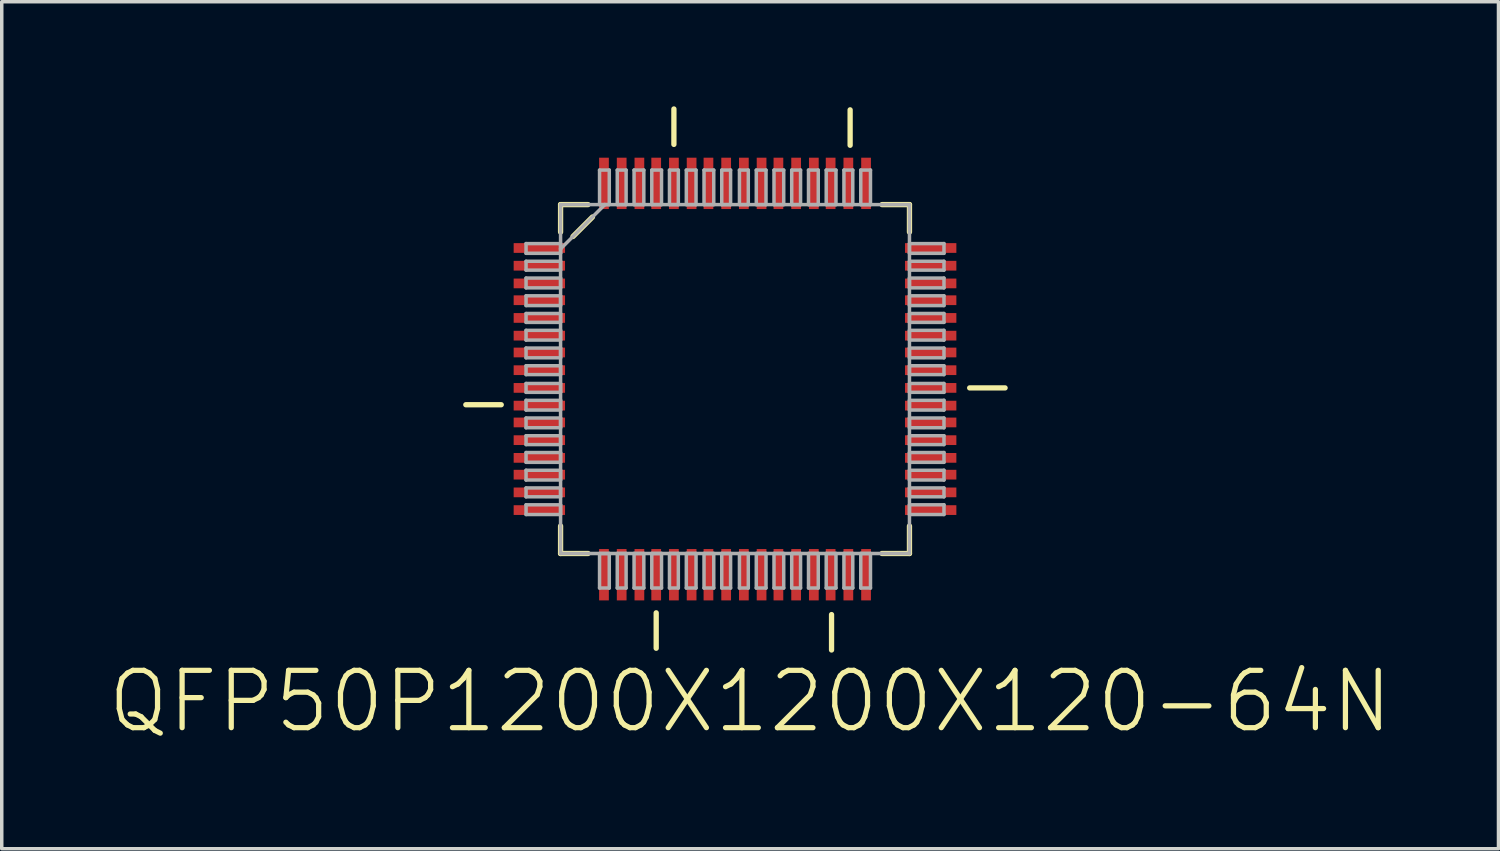
<source format=kicad_pcb>
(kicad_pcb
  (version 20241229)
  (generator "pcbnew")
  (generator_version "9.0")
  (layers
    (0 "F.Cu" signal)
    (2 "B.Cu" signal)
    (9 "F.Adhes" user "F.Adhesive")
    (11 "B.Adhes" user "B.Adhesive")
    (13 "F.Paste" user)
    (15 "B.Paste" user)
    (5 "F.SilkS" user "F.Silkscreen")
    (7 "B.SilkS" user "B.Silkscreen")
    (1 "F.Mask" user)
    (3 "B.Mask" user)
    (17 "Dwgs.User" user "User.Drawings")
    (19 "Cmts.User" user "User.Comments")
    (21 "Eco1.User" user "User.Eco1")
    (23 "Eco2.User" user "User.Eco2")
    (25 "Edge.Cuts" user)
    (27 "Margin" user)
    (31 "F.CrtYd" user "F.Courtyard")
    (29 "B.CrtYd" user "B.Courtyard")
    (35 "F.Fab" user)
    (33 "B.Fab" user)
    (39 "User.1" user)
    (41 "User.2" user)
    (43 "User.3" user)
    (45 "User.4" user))
  (footprint "QFP50P1200X1200X120-64N"
    (layer "F.Cu")
    (at 18.034 7.823)
    (property "Reference" "QFP50P1200X1200X120-64N" (at 0.433 9.247 0) (layer "F.SilkS") (effects (font (size 1.645 1.645) (thickness 0.15))))
    (attr through_hole)
    (fp_line (start -6.706 0.737) (end -7.722 0.737) (stroke (width 0.152) (type solid)) (layer "F.SilkS"))
    (fp_line (start -5.004 -5.004) (end -5.004 -4.216) (stroke (width 0.152) (type solid)) (layer "F.SilkS"))
    (fp_line (start -5.004 4.216) (end -5.004 5.004) (stroke (width 0.152) (type solid)) (layer "F.SilkS"))
    (fp_line (start -5.004 5.004) (end -4.216 5.004) (stroke (width 0.152) (type solid)) (layer "F.SilkS"))
    (fp_line (start -4.648 -4.089) (end -4.089 -4.648) (stroke (width 0.152) (type solid)) (layer "F.SilkS"))
    (fp_line (start -4.216 -5.004) (end -5.004 -5.004) (stroke (width 0.152) (type solid)) (layer "F.SilkS"))
    (fp_line (start -2.261 6.706) (end -2.261 7.722) (stroke (width 0.152) (type solid)) (layer "F.SilkS"))
    (fp_line (start -1.753 -7.747) (end -1.753 -6.731) (stroke (width 0.152) (type solid)) (layer "F.SilkS"))
    (fp_line (start 2.769 6.756) (end 2.769 7.772) (stroke (width 0.152) (type solid)) (layer "F.SilkS"))
    (fp_line (start 3.302 -7.722) (end 3.302 -6.706) (stroke (width 0.152) (type solid)) (layer "F.SilkS"))
    (fp_line (start 4.216 5.004) (end 5.004 5.004) (stroke (width 0.152) (type solid)) (layer "F.SilkS"))
    (fp_line (start 5.004 -5.004) (end 4.216 -5.004) (stroke (width 0.152) (type solid)) (layer "F.SilkS"))
    (fp_line (start 5.004 -4.216) (end 5.004 -5.004) (stroke (width 0.152) (type solid)) (layer "F.SilkS"))
    (fp_line (start 5.004 5.004) (end 5.004 4.216) (stroke (width 0.152) (type solid)) (layer "F.SilkS"))
    (fp_line (start 7.747 0.254) (end 6.731 0.254) (stroke (width 0.152) (type solid)) (layer "F.SilkS"))
    (fp_line (start -5.994 -3.886) (end -5.994 -3.607) (stroke (width 0.1) (type solid)) (layer "F.Fab"))
    (fp_line (start -5.994 -3.607) (end -5.004 -3.607) (stroke (width 0.1) (type solid)) (layer "F.Fab"))
    (fp_line (start -5.994 -3.378) (end -5.994 -3.124) (stroke (width 0.1) (type solid)) (layer "F.Fab"))
    (fp_line (start -5.994 -3.124) (end -5.004 -3.124) (stroke (width 0.1) (type solid)) (layer "F.Fab"))
    (fp_line (start -5.994 -2.896) (end -5.994 -2.616) (stroke (width 0.1) (type solid)) (layer "F.Fab"))
    (fp_line (start -5.994 -2.616) (end -5.004 -2.616) (stroke (width 0.1) (type solid)) (layer "F.Fab"))
    (fp_line (start -5.994 -2.388) (end -5.994 -2.108) (stroke (width 0.1) (type solid)) (layer "F.Fab"))
    (fp_line (start -5.994 -2.108) (end -5.004 -2.108) (stroke (width 0.1) (type solid)) (layer "F.Fab"))
    (fp_line (start -5.994 -1.88) (end -5.994 -1.626) (stroke (width 0.1) (type solid)) (layer "F.Fab"))
    (fp_line (start -5.994 -1.626) (end -5.004 -1.626) (stroke (width 0.1) (type solid)) (layer "F.Fab"))
    (fp_line (start -5.994 -1.397) (end -5.994 -1.118) (stroke (width 0.1) (type solid)) (layer "F.Fab"))
    (fp_line (start -5.994 -1.118) (end -5.004 -1.118) (stroke (width 0.1) (type solid)) (layer "F.Fab"))
    (fp_line (start -5.994 -0.889) (end -5.994 -0.61) (stroke (width 0.1) (type solid)) (layer "F.Fab"))
    (fp_line (start -5.994 -0.61) (end -5.004 -0.61) (stroke (width 0.1) (type solid)) (layer "F.Fab"))
    (fp_line (start -5.994 -0.381) (end -5.994 -0.127) (stroke (width 0.1) (type solid)) (layer "F.Fab"))
    (fp_line (start -5.994 -0.127) (end -5.004 -0.127) (stroke (width 0.1) (type solid)) (layer "F.Fab"))
    (fp_line (start -5.994 0.127) (end -5.994 0.381) (stroke (width 0.1) (type solid)) (layer "F.Fab"))
    (fp_line (start -5.994 0.381) (end -5.004 0.381) (stroke (width 0.1) (type solid)) (layer "F.Fab"))
    (fp_line (start -5.994 0.61) (end -5.994 0.889) (stroke (width 0.1) (type solid)) (layer "F.Fab"))
    (fp_line (start -5.994 0.889) (end -5.004 0.889) (stroke (width 0.1) (type solid)) (layer "F.Fab"))
    (fp_line (start -5.994 1.118) (end -5.994 1.397) (stroke (width 0.1) (type solid)) (layer "F.Fab"))
    (fp_line (start -5.994 1.397) (end -5.004 1.397) (stroke (width 0.1) (type solid)) (layer "F.Fab"))
    (fp_line (start -5.994 1.626) (end -5.994 1.88) (stroke (width 0.1) (type solid)) (layer "F.Fab"))
    (fp_line (start -5.994 1.88) (end -5.004 1.88) (stroke (width 0.1) (type solid)) (layer "F.Fab"))
    (fp_line (start -5.994 2.108) (end -5.994 2.388) (stroke (width 0.1) (type solid)) (layer "F.Fab"))
    (fp_line (start -5.994 2.388) (end -5.004 2.388) (stroke (width 0.1) (type solid)) (layer "F.Fab"))
    (fp_line (start -5.994 2.616) (end -5.994 2.896) (stroke (width 0.1) (type solid)) (layer "F.Fab"))
    (fp_line (start -5.994 2.896) (end -5.004 2.896) (stroke (width 0.1) (type solid)) (layer "F.Fab"))
    (fp_line (start -5.994 3.124) (end -5.994 3.378) (stroke (width 0.1) (type solid)) (layer "F.Fab"))
    (fp_line (start -5.994 3.378) (end -5.004 3.378) (stroke (width 0.1) (type solid)) (layer "F.Fab"))
    (fp_line (start -5.994 3.607) (end -5.994 3.886) (stroke (width 0.1) (type solid)) (layer "F.Fab"))
    (fp_line (start -5.994 3.886) (end -5.004 3.886) (stroke (width 0.1) (type solid)) (layer "F.Fab"))
    (fp_line (start -5.004 -5.004) (end -5.004 5.004) (stroke (width 0.1) (type solid)) (layer "F.Fab"))
    (fp_line (start -5.004 -3.886) (end -5.994 -3.886) (stroke (width 0.1) (type solid)) (layer "F.Fab"))
    (fp_line (start -5.004 -3.734) (end -5.004 -3.886) (stroke (width 0.1) (type solid)) (layer "F.Fab"))
    (fp_line (start -5.004 -3.734) (end -3.734 -5.004) (stroke (width 0.1) (type solid)) (layer "F.Fab"))
    (fp_line (start -5.004 -3.607) (end -5.004 -3.734) (stroke (width 0.1) (type solid)) (layer "F.Fab"))
    (fp_line (start -5.004 -3.378) (end -5.994 -3.378) (stroke (width 0.1) (type solid)) (layer "F.Fab"))
    (fp_line (start -5.004 -3.124) (end -5.004 -3.378) (stroke (width 0.1) (type solid)) (layer "F.Fab"))
    (fp_line (start -5.004 -2.896) (end -5.994 -2.896) (stroke (width 0.1) (type solid)) (layer "F.Fab"))
    (fp_line (start -5.004 -2.616) (end -5.004 -2.896) (stroke (width 0.1) (type solid)) (layer "F.Fab"))
    (fp_line (start -5.004 -2.388) (end -5.994 -2.388) (stroke (width 0.1) (type solid)) (layer "F.Fab"))
    (fp_line (start -5.004 -2.108) (end -5.004 -2.388) (stroke (width 0.1) (type solid)) (layer "F.Fab"))
    (fp_line (start -5.004 -1.88) (end -5.994 -1.88) (stroke (width 0.1) (type solid)) (layer "F.Fab"))
    (fp_line (start -5.004 -1.626) (end -5.004 -1.88) (stroke (width 0.1) (type solid)) (layer "F.Fab"))
    (fp_line (start -5.004 -1.397) (end -5.994 -1.397) (stroke (width 0.1) (type solid)) (layer "F.Fab"))
    (fp_line (start -5.004 -1.118) (end -5.004 -1.397) (stroke (width 0.1) (type solid)) (layer "F.Fab"))
    (fp_line (start -5.004 -0.889) (end -5.994 -0.889) (stroke (width 0.1) (type solid)) (layer "F.Fab"))
    (fp_line (start -5.004 -0.61) (end -5.004 -0.889) (stroke (width 0.1) (type solid)) (layer "F.Fab"))
    (fp_line (start -5.004 -0.381) (end -5.994 -0.381) (stroke (width 0.1) (type solid)) (layer "F.Fab"))
    (fp_line (start -5.004 -0.127) (end -5.004 -0.381) (stroke (width 0.1) (type solid)) (layer "F.Fab"))
    (fp_line (start -5.004 0.127) (end -5.994 0.127) (stroke (width 0.1) (type solid)) (layer "F.Fab"))
    (fp_line (start -5.004 0.381) (end -5.004 0.127) (stroke (width 0.1) (type solid)) (layer "F.Fab"))
    (fp_line (start -5.004 0.61) (end -5.994 0.61) (stroke (width 0.1) (type solid)) (layer "F.Fab"))
    (fp_line (start -5.004 0.889) (end -5.004 0.61) (stroke (width 0.1) (type solid)) (layer "F.Fab"))
    (fp_line (start -5.004 1.118) (end -5.994 1.118) (stroke (width 0.1) (type solid)) (layer "F.Fab"))
    (fp_line (start -5.004 1.397) (end -5.004 1.118) (stroke (width 0.1) (type solid)) (layer "F.Fab"))
    (fp_line (start -5.004 1.626) (end -5.994 1.626) (stroke (width 0.1) (type solid)) (layer "F.Fab"))
    (fp_line (start -5.004 1.88) (end -5.004 1.626) (stroke (width 0.1) (type solid)) (layer "F.Fab"))
    (fp_line (start -5.004 2.108) (end -5.994 2.108) (stroke (width 0.1) (type solid)) (layer "F.Fab"))
    (fp_line (start -5.004 2.388) (end -5.004 2.108) (stroke (width 0.1) (type solid)) (layer "F.Fab"))
    (fp_line (start -5.004 2.616) (end -5.994 2.616) (stroke (width 0.1) (type solid)) (layer "F.Fab"))
    (fp_line (start -5.004 2.896) (end -5.004 2.616) (stroke (width 0.1) (type solid)) (layer "F.Fab"))
    (fp_line (start -5.004 3.124) (end -5.994 3.124) (stroke (width 0.1) (type solid)) (layer "F.Fab"))
    (fp_line (start -5.004 3.378) (end -5.004 3.124) (stroke (width 0.1) (type solid)) (layer "F.Fab"))
    (fp_line (start -5.004 3.607) (end -5.994 3.607) (stroke (width 0.1) (type solid)) (layer "F.Fab"))
    (fp_line (start -5.004 3.886) (end -5.004 3.607) (stroke (width 0.1) (type solid)) (layer "F.Fab"))
    (fp_line (start -5.004 5.004) (end 5.004 5.004) (stroke (width 0.1) (type solid)) (layer "F.Fab"))
    (fp_line (start -3.886 -5.994) (end -3.886 -5.004) (stroke (width 0.1) (type solid)) (layer "F.Fab"))
    (fp_line (start -3.886 -5.004) (end -3.734 -5.004) (stroke (width 0.1) (type solid)) (layer "F.Fab"))
    (fp_line (start -3.886 5.004) (end -3.886 5.994) (stroke (width 0.1) (type solid)) (layer "F.Fab"))
    (fp_line (start -3.886 5.994) (end -3.607 5.994) (stroke (width 0.1) (type solid)) (layer "F.Fab"))
    (fp_line (start -3.734 -5.004) (end -3.607 -5.004) (stroke (width 0.1) (type solid)) (layer "F.Fab"))
    (fp_line (start -3.607 -5.994) (end -3.886 -5.994) (stroke (width 0.1) (type solid)) (layer "F.Fab"))
    (fp_line (start -3.607 -5.004) (end -3.607 -5.994) (stroke (width 0.1) (type solid)) (layer "F.Fab"))
    (fp_line (start -3.607 5.004) (end -3.886 5.004) (stroke (width 0.1) (type solid)) (layer "F.Fab"))
    (fp_line (start -3.607 5.994) (end -3.607 5.004) (stroke (width 0.1) (type solid)) (layer "F.Fab"))
    (fp_line (start -3.378 -5.994) (end -3.378 -5.004) (stroke (width 0.1) (type solid)) (layer "F.Fab"))
    (fp_line (start -3.378 -5.004) (end -3.124 -5.004) (stroke (width 0.1) (type solid)) (layer "F.Fab"))
    (fp_line (start -3.378 5.004) (end -3.378 5.994) (stroke (width 0.1) (type solid)) (layer "F.Fab"))
    (fp_line (start -3.378 5.994) (end -3.124 5.994) (stroke (width 0.1) (type solid)) (layer "F.Fab"))
    (fp_line (start -3.124 -5.994) (end -3.378 -5.994) (stroke (width 0.1) (type solid)) (layer "F.Fab"))
    (fp_line (start -3.124 -5.004) (end -3.124 -5.994) (stroke (width 0.1) (type solid)) (layer "F.Fab"))
    (fp_line (start -3.124 5.004) (end -3.378 5.004) (stroke (width 0.1) (type solid)) (layer "F.Fab"))
    (fp_line (start -3.124 5.994) (end -3.124 5.004) (stroke (width 0.1) (type solid)) (layer "F.Fab"))
    (fp_line (start -2.896 -5.994) (end -2.896 -5.004) (stroke (width 0.1) (type solid)) (layer "F.Fab"))
    (fp_line (start -2.896 -5.004) (end -2.616 -5.004) (stroke (width 0.1) (type solid)) (layer "F.Fab"))
    (fp_line (start -2.896 5.004) (end -2.896 5.994) (stroke (width 0.1) (type solid)) (layer "F.Fab"))
    (fp_line (start -2.896 5.994) (end -2.616 5.994) (stroke (width 0.1) (type solid)) (layer "F.Fab"))
    (fp_line (start -2.616 -5.994) (end -2.896 -5.994) (stroke (width 0.1) (type solid)) (layer "F.Fab"))
    (fp_line (start -2.616 -5.004) (end -2.616 -5.994) (stroke (width 0.1) (type solid)) (layer "F.Fab"))
    (fp_line (start -2.616 5.004) (end -2.896 5.004) (stroke (width 0.1) (type solid)) (layer "F.Fab"))
    (fp_line (start -2.616 5.994) (end -2.616 5.004) (stroke (width 0.1) (type solid)) (layer "F.Fab"))
    (fp_line (start -2.388 -5.994) (end -2.388 -5.004) (stroke (width 0.1) (type solid)) (layer "F.Fab"))
    (fp_line (start -2.388 -5.004) (end -2.108 -5.004) (stroke (width 0.1) (type solid)) (layer "F.Fab"))
    (fp_line (start -2.388 5.004) (end -2.388 5.994) (stroke (width 0.1) (type solid)) (layer "F.Fab"))
    (fp_line (start -2.388 5.994) (end -2.108 5.994) (stroke (width 0.1) (type solid)) (layer "F.Fab"))
    (fp_line (start -2.108 -5.994) (end -2.388 -5.994) (stroke (width 0.1) (type solid)) (layer "F.Fab"))
    (fp_line (start -2.108 -5.004) (end -2.108 -5.994) (stroke (width 0.1) (type solid)) (layer "F.Fab"))
    (fp_line (start -2.108 5.004) (end -2.388 5.004) (stroke (width 0.1) (type solid)) (layer "F.Fab"))
    (fp_line (start -2.108 5.994) (end -2.108 5.004) (stroke (width 0.1) (type solid)) (layer "F.Fab"))
    (fp_line (start -1.88 -5.994) (end -1.88 -5.004) (stroke (width 0.1) (type solid)) (layer "F.Fab"))
    (fp_line (start -1.88 -5.004) (end -1.626 -5.004) (stroke (width 0.1) (type solid)) (layer "F.Fab"))
    (fp_line (start -1.88 5.004) (end -1.88 5.994) (stroke (width 0.1) (type solid)) (layer "F.Fab"))
    (fp_line (start -1.88 5.994) (end -1.626 5.994) (stroke (width 0.1) (type solid)) (layer "F.Fab"))
    (fp_line (start -1.626 -5.994) (end -1.88 -5.994) (stroke (width 0.1) (type solid)) (layer "F.Fab"))
    (fp_line (start -1.626 -5.004) (end -1.626 -5.994) (stroke (width 0.1) (type solid)) (layer "F.Fab"))
    (fp_line (start -1.626 5.004) (end -1.88 5.004) (stroke (width 0.1) (type solid)) (layer "F.Fab"))
    (fp_line (start -1.626 5.994) (end -1.626 5.004) (stroke (width 0.1) (type solid)) (layer "F.Fab"))
    (fp_line (start -1.397 -5.994) (end -1.397 -5.004) (stroke (width 0.1) (type solid)) (layer "F.Fab"))
    (fp_line (start -1.397 -5.004) (end -1.118 -5.004) (stroke (width 0.1) (type solid)) (layer "F.Fab"))
    (fp_line (start -1.397 5.004) (end -1.397 5.994) (stroke (width 0.1) (type solid)) (layer "F.Fab"))
    (fp_line (start -1.397 5.994) (end -1.118 5.994) (stroke (width 0.1) (type solid)) (layer "F.Fab"))
    (fp_line (start -1.118 -5.994) (end -1.397 -5.994) (stroke (width 0.1) (type solid)) (layer "F.Fab"))
    (fp_line (start -1.118 -5.004) (end -1.118 -5.994) (stroke (width 0.1) (type solid)) (layer "F.Fab"))
    (fp_line (start -1.118 5.004) (end -1.397 5.004) (stroke (width 0.1) (type solid)) (layer "F.Fab"))
    (fp_line (start -1.118 5.994) (end -1.118 5.004) (stroke (width 0.1) (type solid)) (layer "F.Fab"))
    (fp_line (start -0.889 -5.994) (end -0.889 -5.004) (stroke (width 0.1) (type solid)) (layer "F.Fab"))
    (fp_line (start -0.889 -5.004) (end -0.61 -5.004) (stroke (width 0.1) (type solid)) (layer "F.Fab"))
    (fp_line (start -0.889 5.004) (end -0.889 5.994) (stroke (width 0.1) (type solid)) (layer "F.Fab"))
    (fp_line (start -0.889 5.994) (end -0.61 5.994) (stroke (width 0.1) (type solid)) (layer "F.Fab"))
    (fp_line (start -0.61 -5.994) (end -0.889 -5.994) (stroke (width 0.1) (type solid)) (layer "F.Fab"))
    (fp_line (start -0.61 -5.004) (end -0.61 -5.994) (stroke (width 0.1) (type solid)) (layer "F.Fab"))
    (fp_line (start -0.61 5.004) (end -0.889 5.004) (stroke (width 0.1) (type solid)) (layer "F.Fab"))
    (fp_line (start -0.61 5.994) (end -0.61 5.004) (stroke (width 0.1) (type solid)) (layer "F.Fab"))
    (fp_line (start -0.381 -5.994) (end -0.381 -5.004) (stroke (width 0.1) (type solid)) (layer "F.Fab"))
    (fp_line (start -0.381 -5.004) (end -0.127 -5.004) (stroke (width 0.1) (type solid)) (layer "F.Fab"))
    (fp_line (start -0.381 5.004) (end -0.381 5.994) (stroke (width 0.1) (type solid)) (layer "F.Fab"))
    (fp_line (start -0.381 5.994) (end -0.127 5.994) (stroke (width 0.1) (type solid)) (layer "F.Fab"))
    (fp_line (start -0.127 -5.994) (end -0.381 -5.994) (stroke (width 0.1) (type solid)) (layer "F.Fab"))
    (fp_line (start -0.127 -5.004) (end -0.127 -5.994) (stroke (width 0.1) (type solid)) (layer "F.Fab"))
    (fp_line (start -0.127 5.004) (end -0.381 5.004) (stroke (width 0.1) (type solid)) (layer "F.Fab"))
    (fp_line (start -0.127 5.994) (end -0.127 5.004) (stroke (width 0.1) (type solid)) (layer "F.Fab"))
    (fp_line (start 0.127 -5.994) (end 0.127 -5.004) (stroke (width 0.1) (type solid)) (layer "F.Fab"))
    (fp_line (start 0.127 -5.004) (end 0.381 -5.004) (stroke (width 0.1) (type solid)) (layer "F.Fab"))
    (fp_line (start 0.127 5.004) (end 0.127 5.994) (stroke (width 0.1) (type solid)) (layer "F.Fab"))
    (fp_line (start 0.127 5.994) (end 0.381 5.994) (stroke (width 0.1) (type solid)) (layer "F.Fab"))
    (fp_line (start 0.381 -5.994) (end 0.127 -5.994) (stroke (width 0.1) (type solid)) (layer "F.Fab"))
    (fp_line (start 0.381 -5.004) (end 0.381 -5.994) (stroke (width 0.1) (type solid)) (layer "F.Fab"))
    (fp_line (start 0.381 5.004) (end 0.127 5.004) (stroke (width 0.1) (type solid)) (layer "F.Fab"))
    (fp_line (start 0.381 5.994) (end 0.381 5.004) (stroke (width 0.1) (type solid)) (layer "F.Fab"))
    (fp_line (start 0.61 -5.994) (end 0.61 -5.004) (stroke (width 0.1) (type solid)) (layer "F.Fab"))
    (fp_line (start 0.61 -5.004) (end 0.889 -5.004) (stroke (width 0.1) (type solid)) (layer "F.Fab"))
    (fp_line (start 0.61 5.004) (end 0.61 5.994) (stroke (width 0.1) (type solid)) (layer "F.Fab"))
    (fp_line (start 0.61 5.994) (end 0.889 5.994) (stroke (width 0.1) (type solid)) (layer "F.Fab"))
    (fp_line (start 0.889 -5.994) (end 0.61 -5.994) (stroke (width 0.1) (type solid)) (layer "F.Fab"))
    (fp_line (start 0.889 -5.004) (end 0.889 -5.994) (stroke (width 0.1) (type solid)) (layer "F.Fab"))
    (fp_line (start 0.889 5.004) (end 0.61 5.004) (stroke (width 0.1) (type solid)) (layer "F.Fab"))
    (fp_line (start 0.889 5.994) (end 0.889 5.004) (stroke (width 0.1) (type solid)) (layer "F.Fab"))
    (fp_line (start 1.118 -5.994) (end 1.118 -5.004) (stroke (width 0.1) (type solid)) (layer "F.Fab"))
    (fp_line (start 1.118 -5.004) (end 1.397 -5.004) (stroke (width 0.1) (type solid)) (layer "F.Fab"))
    (fp_line (start 1.118 5.004) (end 1.118 5.994) (stroke (width 0.1) (type solid)) (layer "F.Fab"))
    (fp_line (start 1.118 5.994) (end 1.397 5.994) (stroke (width 0.1) (type solid)) (layer "F.Fab"))
    (fp_line (start 1.397 -5.994) (end 1.118 -5.994) (stroke (width 0.1) (type solid)) (layer "F.Fab"))
    (fp_line (start 1.397 -5.004) (end 1.397 -5.994) (stroke (width 0.1) (type solid)) (layer "F.Fab"))
    (fp_line (start 1.397 5.004) (end 1.118 5.004) (stroke (width 0.1) (type solid)) (layer "F.Fab"))
    (fp_line (start 1.397 5.994) (end 1.397 5.004) (stroke (width 0.1) (type solid)) (layer "F.Fab"))
    (fp_line (start 1.626 -5.994) (end 1.626 -5.004) (stroke (width 0.1) (type solid)) (layer "F.Fab"))
    (fp_line (start 1.626 -5.004) (end 1.88 -5.004) (stroke (width 0.1) (type solid)) (layer "F.Fab"))
    (fp_line (start 1.626 5.004) (end 1.626 5.994) (stroke (width 0.1) (type solid)) (layer "F.Fab"))
    (fp_line (start 1.626 5.994) (end 1.88 5.994) (stroke (width 0.1) (type solid)) (layer "F.Fab"))
    (fp_line (start 1.88 -5.994) (end 1.626 -5.994) (stroke (width 0.1) (type solid)) (layer "F.Fab"))
    (fp_line (start 1.88 -5.004) (end 1.88 -5.994) (stroke (width 0.1) (type solid)) (layer "F.Fab"))
    (fp_line (start 1.88 5.004) (end 1.626 5.004) (stroke (width 0.1) (type solid)) (layer "F.Fab"))
    (fp_line (start 1.88 5.994) (end 1.88 5.004) (stroke (width 0.1) (type solid)) (layer "F.Fab"))
    (fp_line (start 2.108 -5.994) (end 2.108 -5.004) (stroke (width 0.1) (type solid)) (layer "F.Fab"))
    (fp_line (start 2.108 -5.004) (end 2.388 -5.004) (stroke (width 0.1) (type solid)) (layer "F.Fab"))
    (fp_line (start 2.108 5.004) (end 2.108 5.994) (stroke (width 0.1) (type solid)) (layer "F.Fab"))
    (fp_line (start 2.108 5.994) (end 2.388 5.994) (stroke (width 0.1) (type solid)) (layer "F.Fab"))
    (fp_line (start 2.388 -5.994) (end 2.108 -5.994) (stroke (width 0.1) (type solid)) (layer "F.Fab"))
    (fp_line (start 2.388 -5.004) (end 2.388 -5.994) (stroke (width 0.1) (type solid)) (layer "F.Fab"))
    (fp_line (start 2.388 5.004) (end 2.108 5.004) (stroke (width 0.1) (type solid)) (layer "F.Fab"))
    (fp_line (start 2.388 5.994) (end 2.388 5.004) (stroke (width 0.1) (type solid)) (layer "F.Fab"))
    (fp_line (start 2.616 -5.994) (end 2.616 -5.004) (stroke (width 0.1) (type solid)) (layer "F.Fab"))
    (fp_line (start 2.616 -5.004) (end 2.896 -5.004) (stroke (width 0.1) (type solid)) (layer "F.Fab"))
    (fp_line (start 2.616 5.004) (end 2.616 5.994) (stroke (width 0.1) (type solid)) (layer "F.Fab"))
    (fp_line (start 2.616 5.994) (end 2.896 5.994) (stroke (width 0.1) (type solid)) (layer "F.Fab"))
    (fp_line (start 2.896 -5.994) (end 2.616 -5.994) (stroke (width 0.1) (type solid)) (layer "F.Fab"))
    (fp_line (start 2.896 -5.004) (end 2.896 -5.994) (stroke (width 0.1) (type solid)) (layer "F.Fab"))
    (fp_line (start 2.896 5.004) (end 2.616 5.004) (stroke (width 0.1) (type solid)) (layer "F.Fab"))
    (fp_line (start 2.896 5.994) (end 2.896 5.004) (stroke (width 0.1) (type solid)) (layer "F.Fab"))
    (fp_line (start 3.124 -5.994) (end 3.124 -5.004) (stroke (width 0.1) (type solid)) (layer "F.Fab"))
    (fp_line (start 3.124 -5.004) (end 3.378 -5.004) (stroke (width 0.1) (type solid)) (layer "F.Fab"))
    (fp_line (start 3.124 5.004) (end 3.124 5.994) (stroke (width 0.1) (type solid)) (layer "F.Fab"))
    (fp_line (start 3.124 5.994) (end 3.378 5.994) (stroke (width 0.1) (type solid)) (layer "F.Fab"))
    (fp_line (start 3.378 -5.994) (end 3.124 -5.994) (stroke (width 0.1) (type solid)) (layer "F.Fab"))
    (fp_line (start 3.378 -5.004) (end 3.378 -5.994) (stroke (width 0.1) (type solid)) (layer "F.Fab"))
    (fp_line (start 3.378 5.004) (end 3.124 5.004) (stroke (width 0.1) (type solid)) (layer "F.Fab"))
    (fp_line (start 3.378 5.994) (end 3.378 5.004) (stroke (width 0.1) (type solid)) (layer "F.Fab"))
    (fp_line (start 3.607 -5.994) (end 3.607 -5.004) (stroke (width 0.1) (type solid)) (layer "F.Fab"))
    (fp_line (start 3.607 -5.004) (end 3.886 -5.004) (stroke (width 0.1) (type solid)) (layer "F.Fab"))
    (fp_line (start 3.607 5.004) (end 3.607 5.994) (stroke (width 0.1) (type solid)) (layer "F.Fab"))
    (fp_line (start 3.607 5.994) (end 3.886 5.994) (stroke (width 0.1) (type solid)) (layer "F.Fab"))
    (fp_line (start 3.886 -5.994) (end 3.607 -5.994) (stroke (width 0.1) (type solid)) (layer "F.Fab"))
    (fp_line (start 3.886 -5.004) (end 3.886 -5.994) (stroke (width 0.1) (type solid)) (layer "F.Fab"))
    (fp_line (start 3.886 5.004) (end 3.607 5.004) (stroke (width 0.1) (type solid)) (layer "F.Fab"))
    (fp_line (start 3.886 5.994) (end 3.886 5.004) (stroke (width 0.1) (type solid)) (layer "F.Fab"))
    (fp_line (start 5.004 -5.004) (end -5.004 -5.004) (stroke (width 0.1) (type solid)) (layer "F.Fab"))
    (fp_line (start 5.004 -3.886) (end 5.004 -3.607) (stroke (width 0.1) (type solid)) (layer "F.Fab"))
    (fp_line (start 5.004 -3.607) (end 5.994 -3.607) (stroke (width 0.1) (type solid)) (layer "F.Fab"))
    (fp_line (start 5.004 -3.378) (end 5.004 -3.124) (stroke (width 0.1) (type solid)) (layer "F.Fab"))
    (fp_line (start 5.004 -3.124) (end 5.994 -3.124) (stroke (width 0.1) (type solid)) (layer "F.Fab"))
    (fp_line (start 5.004 -2.896) (end 5.004 -2.616) (stroke (width 0.1) (type solid)) (layer "F.Fab"))
    (fp_line (start 5.004 -2.616) (end 5.994 -2.616) (stroke (width 0.1) (type solid)) (layer "F.Fab"))
    (fp_line (start 5.004 -2.388) (end 5.004 -2.108) (stroke (width 0.1) (type solid)) (layer "F.Fab"))
    (fp_line (start 5.004 -2.108) (end 5.994 -2.108) (stroke (width 0.1) (type solid)) (layer "F.Fab"))
    (fp_line (start 5.004 -1.88) (end 5.004 -1.626) (stroke (width 0.1) (type solid)) (layer "F.Fab"))
    (fp_line (start 5.004 -1.626) (end 5.994 -1.626) (stroke (width 0.1) (type solid)) (layer "F.Fab"))
    (fp_line (start 5.004 -1.397) (end 5.004 -1.118) (stroke (width 0.1) (type solid)) (layer "F.Fab"))
    (fp_line (start 5.004 -1.118) (end 5.994 -1.118) (stroke (width 0.1) (type solid)) (layer "F.Fab"))
    (fp_line (start 5.004 -0.889) (end 5.004 -0.61) (stroke (width 0.1) (type solid)) (layer "F.Fab"))
    (fp_line (start 5.004 -0.61) (end 5.994 -0.61) (stroke (width 0.1) (type solid)) (layer "F.Fab"))
    (fp_line (start 5.004 -0.381) (end 5.004 -0.127) (stroke (width 0.1) (type solid)) (layer "F.Fab"))
    (fp_line (start 5.004 -0.127) (end 5.994 -0.127) (stroke (width 0.1) (type solid)) (layer "F.Fab"))
    (fp_line (start 5.004 0.127) (end 5.004 0.381) (stroke (width 0.1) (type solid)) (layer "F.Fab"))
    (fp_line (start 5.004 0.381) (end 5.994 0.381) (stroke (width 0.1) (type solid)) (layer "F.Fab"))
    (fp_line (start 5.004 0.61) (end 5.004 0.889) (stroke (width 0.1) (type solid)) (layer "F.Fab"))
    (fp_line (start 5.004 0.889) (end 5.994 0.889) (stroke (width 0.1) (type solid)) (layer "F.Fab"))
    (fp_line (start 5.004 1.118) (end 5.004 1.397) (stroke (width 0.1) (type solid)) (layer "F.Fab"))
    (fp_line (start 5.004 1.397) (end 5.994 1.397) (stroke (width 0.1) (type solid)) (layer "F.Fab"))
    (fp_line (start 5.004 1.626) (end 5.004 1.88) (stroke (width 0.1) (type solid)) (layer "F.Fab"))
    (fp_line (start 5.004 1.88) (end 5.994 1.88) (stroke (width 0.1) (type solid)) (layer "F.Fab"))
    (fp_line (start 5.004 2.108) (end 5.004 2.388) (stroke (width 0.1) (type solid)) (layer "F.Fab"))
    (fp_line (start 5.004 2.388) (end 5.994 2.388) (stroke (width 0.1) (type solid)) (layer "F.Fab"))
    (fp_line (start 5.004 2.616) (end 5.004 2.896) (stroke (width 0.1) (type solid)) (layer "F.Fab"))
    (fp_line (start 5.004 2.896) (end 5.994 2.896) (stroke (width 0.1) (type solid)) (layer "F.Fab"))
    (fp_line (start 5.004 3.124) (end 5.004 3.378) (stroke (width 0.1) (type solid)) (layer "F.Fab"))
    (fp_line (start 5.004 3.378) (end 5.994 3.378) (stroke (width 0.1) (type solid)) (layer "F.Fab"))
    (fp_line (start 5.004 3.607) (end 5.004 3.886) (stroke (width 0.1) (type solid)) (layer "F.Fab"))
    (fp_line (start 5.004 3.886) (end 5.994 3.886) (stroke (width 0.1) (type solid)) (layer "F.Fab"))
    (fp_line (start 5.004 5.004) (end 5.004 -5.004) (stroke (width 0.1) (type solid)) (layer "F.Fab"))
    (fp_line (start 5.994 -3.886) (end 5.004 -3.886) (stroke (width 0.1) (type solid)) (layer "F.Fab"))
    (fp_line (start 5.994 -3.607) (end 5.994 -3.886) (stroke (width 0.1) (type solid)) (layer "F.Fab"))
    (fp_line (start 5.994 -3.378) (end 5.004 -3.378) (stroke (width 0.1) (type solid)) (layer "F.Fab"))
    (fp_line (start 5.994 -3.124) (end 5.994 -3.378) (stroke (width 0.1) (type solid)) (layer "F.Fab"))
    (fp_line (start 5.994 -2.896) (end 5.004 -2.896) (stroke (width 0.1) (type solid)) (layer "F.Fab"))
    (fp_line (start 5.994 -2.616) (end 5.994 -2.896) (stroke (width 0.1) (type solid)) (layer "F.Fab"))
    (fp_line (start 5.994 -2.388) (end 5.004 -2.388) (stroke (width 0.1) (type solid)) (layer "F.Fab"))
    (fp_line (start 5.994 -2.108) (end 5.994 -2.388) (stroke (width 0.1) (type solid)) (layer "F.Fab"))
    (fp_line (start 5.994 -1.88) (end 5.004 -1.88) (stroke (width 0.1) (type solid)) (layer "F.Fab"))
    (fp_line (start 5.994 -1.626) (end 5.994 -1.88) (stroke (width 0.1) (type solid)) (layer "F.Fab"))
    (fp_line (start 5.994 -1.397) (end 5.004 -1.397) (stroke (width 0.1) (type solid)) (layer "F.Fab"))
    (fp_line (start 5.994 -1.118) (end 5.994 -1.397) (stroke (width 0.1) (type solid)) (layer "F.Fab"))
    (fp_line (start 5.994 -0.889) (end 5.004 -0.889) (stroke (width 0.1) (type solid)) (layer "F.Fab"))
    (fp_line (start 5.994 -0.61) (end 5.994 -0.889) (stroke (width 0.1) (type solid)) (layer "F.Fab"))
    (fp_line (start 5.994 -0.381) (end 5.004 -0.381) (stroke (width 0.1) (type solid)) (layer "F.Fab"))
    (fp_line (start 5.994 -0.127) (end 5.994 -0.381) (stroke (width 0.1) (type solid)) (layer "F.Fab"))
    (fp_line (start 5.994 0.127) (end 5.004 0.127) (stroke (width 0.1) (type solid)) (layer "F.Fab"))
    (fp_line (start 5.994 0.381) (end 5.994 0.127) (stroke (width 0.1) (type solid)) (layer "F.Fab"))
    (fp_line (start 5.994 0.61) (end 5.004 0.61) (stroke (width 0.1) (type solid)) (layer "F.Fab"))
    (fp_line (start 5.994 0.889) (end 5.994 0.61) (stroke (width 0.1) (type solid)) (layer "F.Fab"))
    (fp_line (start 5.994 1.118) (end 5.004 1.118) (stroke (width 0.1) (type solid)) (layer "F.Fab"))
    (fp_line (start 5.994 1.397) (end 5.994 1.118) (stroke (width 0.1) (type solid)) (layer "F.Fab"))
    (fp_line (start 5.994 1.626) (end 5.004 1.626) (stroke (width 0.1) (type solid)) (layer "F.Fab"))
    (fp_line (start 5.994 1.88) (end 5.994 1.626) (stroke (width 0.1) (type solid)) (layer "F.Fab"))
    (fp_line (start 5.994 2.108) (end 5.004 2.108) (stroke (width 0.1) (type solid)) (layer "F.Fab"))
    (fp_line (start 5.994 2.388) (end 5.994 2.108) (stroke (width 0.1) (type solid)) (layer "F.Fab"))
    (fp_line (start 5.994 2.616) (end 5.004 2.616) (stroke (width 0.1) (type solid)) (layer "F.Fab"))
    (fp_line (start 5.994 2.896) (end 5.994 2.616) (stroke (width 0.1) (type solid)) (layer "F.Fab"))
    (fp_line (start 5.994 3.124) (end 5.004 3.124) (stroke (width 0.1) (type solid)) (layer "F.Fab"))
    (fp_line (start 5.994 3.378) (end 5.994 3.124) (stroke (width 0.1) (type solid)) (layer "F.Fab"))
    (fp_line (start 5.994 3.607) (end 5.004 3.607) (stroke (width 0.1) (type solid)) (layer "F.Fab"))
    (fp_line (start 5.994 3.886) (end 5.994 3.607) (stroke (width 0.1) (type solid)) (layer "F.Fab"))
    (pad "1" smd rect (at -5.613 -3.759) (size 1.473 0.279) (layers "F.Cu" "F.Mask" "F.Paste"))
    (pad "2" smd rect (at -5.613 -3.251) (size 1.473 0.279) (layers "F.Cu" "F.Mask" "F.Paste"))
    (pad "3" smd rect (at -5.613 -2.743) (size 1.473 0.279) (layers "F.Cu" "F.Mask" "F.Paste"))
    (pad "4" smd rect (at -5.613 -2.261) (size 1.473 0.279) (layers "F.Cu" "F.Mask" "F.Paste"))
    (pad "5" smd rect (at -5.613 -1.753) (size 1.473 0.279) (layers "F.Cu" "F.Mask" "F.Paste"))
    (pad "6" smd rect (at -5.613 -1.245) (size 1.473 0.279) (layers "F.Cu" "F.Mask" "F.Paste"))
    (pad "7" smd rect (at -5.613 -0.762) (size 1.473 0.279) (layers "F.Cu" "F.Mask" "F.Paste"))
    (pad "8" smd rect (at -5.613 -0.254) (size 1.473 0.279) (layers "F.Cu" "F.Mask" "F.Paste"))
    (pad "9" smd rect (at -5.613 0.254) (size 1.473 0.279) (layers "F.Cu" "F.Mask" "F.Paste"))
    (pad "10" smd rect (at -5.613 0.762) (size 1.473 0.279) (layers "F.Cu" "F.Mask" "F.Paste"))
    (pad "11" smd rect (at -5.613 1.245) (size 1.473 0.279) (layers "F.Cu" "F.Mask" "F.Paste"))
    (pad "12" smd rect (at -5.613 1.753) (size 1.473 0.279) (layers "F.Cu" "F.Mask" "F.Paste"))
    (pad "13" smd rect (at -5.613 2.261) (size 1.473 0.279) (layers "F.Cu" "F.Mask" "F.Paste"))
    (pad "14" smd rect (at -5.613 2.743) (size 1.473 0.279) (layers "F.Cu" "F.Mask" "F.Paste"))
    (pad "15" smd rect (at -5.613 3.251) (size 1.473 0.279) (layers "F.Cu" "F.Mask" "F.Paste"))
    (pad "16" smd rect (at -5.613 3.759) (size 1.473 0.279) (layers "F.Cu" "F.Mask" "F.Paste"))
    (pad "17" smd rect (at -3.759 5.613) (size 0.279 1.473) (layers "F.Cu" "F.Mask" "F.Paste"))
    (pad "18" smd rect (at -3.251 5.613) (size 0.279 1.473) (layers "F.Cu" "F.Mask" "F.Paste"))
    (pad "19" smd rect (at -2.743 5.613) (size 0.279 1.473) (layers "F.Cu" "F.Mask" "F.Paste"))
    (pad "20" smd rect (at -2.261 5.613) (size 0.279 1.473) (layers "F.Cu" "F.Mask" "F.Paste"))
    (pad "21" smd rect (at -1.753 5.613) (size 0.279 1.473) (layers "F.Cu" "F.Mask" "F.Paste"))
    (pad "22" smd rect (at -1.245 5.613) (size 0.279 1.473) (layers "F.Cu" "F.Mask" "F.Paste"))
    (pad "23" smd rect (at -0.762 5.613) (size 0.279 1.473) (layers "F.Cu" "F.Mask" "F.Paste"))
    (pad "24" smd rect (at -0.254 5.613) (size 0.279 1.473) (layers "F.Cu" "F.Mask" "F.Paste"))
    (pad "25" smd rect (at 0.254 5.613) (size 0.279 1.473) (layers "F.Cu" "F.Mask" "F.Paste"))
    (pad "26" smd rect (at 0.762 5.613) (size 0.279 1.473) (layers "F.Cu" "F.Mask" "F.Paste"))
    (pad "27" smd rect (at 1.245 5.613) (size 0.279 1.473) (layers "F.Cu" "F.Mask" "F.Paste"))
    (pad "28" smd rect (at 1.753 5.613) (size 0.279 1.473) (layers "F.Cu" "F.Mask" "F.Paste"))
    (pad "29" smd rect (at 2.261 5.613) (size 0.279 1.473) (layers "F.Cu" "F.Mask" "F.Paste"))
    (pad "30" smd rect (at 2.743 5.613) (size 0.279 1.473) (layers "F.Cu" "F.Mask" "F.Paste"))
    (pad "31" smd rect (at 3.251 5.613) (size 0.279 1.473) (layers "F.Cu" "F.Mask" "F.Paste"))
    (pad "32" smd rect (at 3.759 5.613) (size 0.279 1.473) (layers "F.Cu" "F.Mask" "F.Paste"))
    (pad "33" smd rect (at 5.613 3.759) (size 1.473 0.279) (layers "F.Cu" "F.Mask" "F.Paste"))
    (pad "34" smd rect (at 5.613 3.251) (size 1.473 0.279) (layers "F.Cu" "F.Mask" "F.Paste"))
    (pad "35" smd rect (at 5.613 2.743) (size 1.473 0.279) (layers "F.Cu" "F.Mask" "F.Paste"))
    (pad "36" smd rect (at 5.613 2.261) (size 1.473 0.279) (layers "F.Cu" "F.Mask" "F.Paste"))
    (pad "37" smd rect (at 5.613 1.753) (size 1.473 0.279) (layers "F.Cu" "F.Mask" "F.Paste"))
    (pad "38" smd rect (at 5.613 1.245) (size 1.473 0.279) (layers "F.Cu" "F.Mask" "F.Paste"))
    (pad "39" smd rect (at 5.613 0.762) (size 1.473 0.279) (layers "F.Cu" "F.Mask" "F.Paste"))
    (pad "40" smd rect (at 5.613 0.254) (size 1.473 0.279) (layers "F.Cu" "F.Mask" "F.Paste"))
    (pad "41" smd rect (at 5.613 -0.254) (size 1.473 0.279) (layers "F.Cu" "F.Mask" "F.Paste"))
    (pad "42" smd rect (at 5.613 -0.762) (size 1.473 0.279) (layers "F.Cu" "F.Mask" "F.Paste"))
    (pad "43" smd rect (at 5.613 -1.245) (size 1.473 0.279) (layers "F.Cu" "F.Mask" "F.Paste"))
    (pad "44" smd rect (at 5.613 -1.753) (size 1.473 0.279) (layers "F.Cu" "F.Mask" "F.Paste"))
    (pad "45" smd rect (at 5.613 -2.261) (size 1.473 0.279) (layers "F.Cu" "F.Mask" "F.Paste"))
    (pad "46" smd rect (at 5.613 -2.743) (size 1.473 0.279) (layers "F.Cu" "F.Mask" "F.Paste"))
    (pad "47" smd rect (at 5.613 -3.251) (size 1.473 0.279) (layers "F.Cu" "F.Mask" "F.Paste"))
    (pad "48" smd rect (at 5.613 -3.759) (size 1.473 0.279) (layers "F.Cu" "F.Mask" "F.Paste"))
    (pad "49" smd rect (at 3.759 -5.613) (size 0.279 1.473) (layers "F.Cu" "F.Mask" "F.Paste"))
    (pad "50" smd rect (at 3.251 -5.613) (size 0.279 1.473) (layers "F.Cu" "F.Mask" "F.Paste"))
    (pad "51" smd rect (at 2.743 -5.613) (size 0.279 1.473) (layers "F.Cu" "F.Mask" "F.Paste"))
    (pad "52" smd rect (at 2.261 -5.613) (size 0.279 1.473) (layers "F.Cu" "F.Mask" "F.Paste"))
    (pad "53" smd rect (at 1.753 -5.613) (size 0.279 1.473) (layers "F.Cu" "F.Mask" "F.Paste"))
    (pad "54" smd rect (at 1.245 -5.613) (size 0.279 1.473) (layers "F.Cu" "F.Mask" "F.Paste"))
    (pad "55" smd rect (at 0.762 -5.613) (size 0.279 1.473) (layers "F.Cu" "F.Mask" "F.Paste"))
    (pad "56" smd rect (at 0.254 -5.613) (size 0.279 1.473) (layers "F.Cu" "F.Mask" "F.Paste"))
    (pad "57" smd rect (at -0.254 -5.613) (size 0.279 1.473) (layers "F.Cu" "F.Mask" "F.Paste"))
    (pad "58" smd rect (at -0.762 -5.613) (size 0.279 1.473) (layers "F.Cu" "F.Mask" "F.Paste"))
    (pad "59" smd rect (at -1.245 -5.613) (size 0.279 1.473) (layers "F.Cu" "F.Mask" "F.Paste"))
    (pad "60" smd rect (at -1.753 -5.613) (size 0.279 1.473) (layers "F.Cu" "F.Mask" "F.Paste"))
    (pad "61" smd rect (at -2.261 -5.613) (size 0.279 1.473) (layers "F.Cu" "F.Mask" "F.Paste"))
    (pad "62" smd rect (at -2.743 -5.613) (size 0.279 1.473) (layers "F.Cu" "F.Mask" "F.Paste"))
    (pad "63" smd rect (at -3.251 -5.613) (size 0.279 1.473) (layers "F.Cu" "F.Mask" "F.Paste"))
    (pad "64" smd rect (at -3.759 -5.613) (size 0.279 1.473) (layers "F.Cu" "F.Mask" "F.Paste")))
  (gr_rect
    (start -3 -3)
    (end 39.934 21.296)
    (stroke (width 0.1) (type default))
    (fill no)
    (layer "Edge.Cuts")))
</source>
